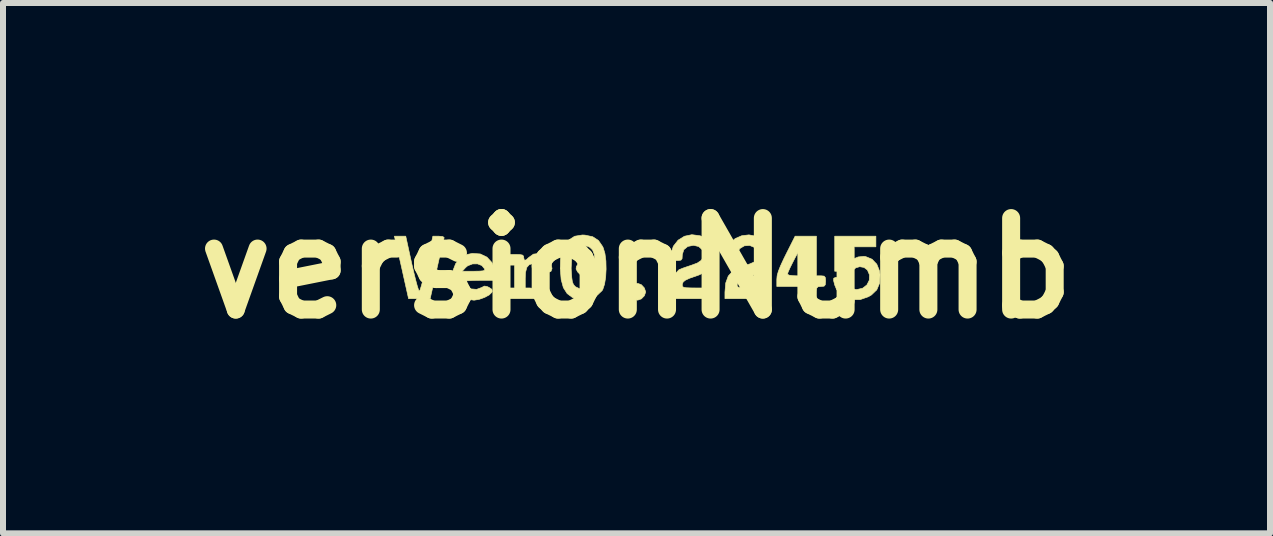
<source format=kicad_pcb>
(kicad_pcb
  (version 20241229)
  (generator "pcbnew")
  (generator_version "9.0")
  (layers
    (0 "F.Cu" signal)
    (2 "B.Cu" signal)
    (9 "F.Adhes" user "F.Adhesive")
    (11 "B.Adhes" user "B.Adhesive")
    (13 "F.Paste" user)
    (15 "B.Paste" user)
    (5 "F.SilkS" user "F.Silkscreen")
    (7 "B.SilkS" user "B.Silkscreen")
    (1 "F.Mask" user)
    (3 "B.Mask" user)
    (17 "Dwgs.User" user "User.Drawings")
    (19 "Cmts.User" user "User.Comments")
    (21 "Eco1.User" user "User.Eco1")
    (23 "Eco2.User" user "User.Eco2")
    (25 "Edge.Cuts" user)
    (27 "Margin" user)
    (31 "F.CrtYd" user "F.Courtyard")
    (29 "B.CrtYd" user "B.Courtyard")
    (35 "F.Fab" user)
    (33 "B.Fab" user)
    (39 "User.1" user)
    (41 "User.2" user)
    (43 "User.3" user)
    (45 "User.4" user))
  (footprint "versionNumb"
    (layer "F.Cu")
    (at 7.555 1.418)
    (property "Reference" "versionNumb" (at 0 0 0) (layer "F.SilkS") (effects (font (size 1.524 1.524) (thickness 0.3))))
    (attr through_hole)
    (fp_poly (pts (xy -0.806 -0.075) (xy -0.798 -0.064) (xy -0.771 -0.014) (xy -0.775 0.025) (xy -0.798 0.064) (xy -0.843 0.109) (xy -0.889 0.127) (xy -0.938 0.107) (xy -0.98 0.064) (xy -1.007 0.014) (xy -1.003 -0.025) (xy -0.98 -0.064) (xy -0.924 -0.116) (xy -0.863 -0.12) (xy -0.806 -0.075)) (stroke (width 0.01) (type solid)) (fill yes) (layer "F.SilkS"))
    (fp_poly (pts (xy 0.081 0.276) (xy 0.13 0.329) (xy 0.152 0.394) (xy 0.152 0.398) (xy 0.131 0.459) (xy 0.081 0.511) (xy 0.02 0.533) (xy 0.019 0.533) (xy -0.031 0.516) (xy -0.062 0.493) (xy -0.096 0.43) (xy -0.095 0.359) (xy -0.063 0.296) (xy -0.008 0.259) (xy 0.023 0.254) (xy 0.081 0.276)) (stroke (width 0.01) (type solid)) (fill yes) (layer "F.SilkS"))
    (fp_poly (pts (xy -3.227 -0.527) (xy -3.205 -0.509) (xy -3.207 -0.502) (xy -3.216 -0.468) (xy -3.234 -0.393) (xy -3.259 -0.284) (xy -3.29 -0.151) (xy -3.324 -0.000138) (xy -3.328 0.019) (xy -3.438 0.508) (xy -3.798 0.508) (xy -3.882 0.133) (xy -3.914 -0.012) (xy -3.946 -0.153) (xy -3.974 -0.276) (xy -3.995 -0.367) (xy -4 -0.387) (xy -4.034 -0.533) (xy -3.845 -0.533) (xy -3.745 -0.075) (xy -3.711 0.07) (xy -3.68 0.196) (xy -3.653 0.296) (xy -3.632 0.361) (xy -3.619 0.384) (xy -3.606 0.36) (xy -3.585 0.295) (xy -3.558 0.195) (xy -3.526 0.069) (xy -3.494 -0.075) (xy -3.393 -0.533) (xy -3.294 -0.533) (xy -3.227 -0.527)) (stroke (width 0.01) (type solid)) (fill yes) (layer "F.SilkS"))
    (fp_poly (pts (xy -1.535 -0.22) (xy -1.471 -0.177) (xy -1.433 -0.111) (xy -1.422 -0.074) (xy -1.408 0.008) (xy -1.426 0.054) (xy -1.482 0.073) (xy -1.53 0.076) (xy -1.584 0.066) (xy -1.6 0.03) (xy -1.622 -0.034) (xy -1.68 -0.071) (xy -1.718 -0.076) (xy -1.785 -0.061) (xy -1.828 -0.013) (xy -1.85 0.073) (xy -1.854 0.167) (xy -1.854 0.33) (xy -1.778 0.33) (xy -1.727 0.335) (xy -1.706 0.36) (xy -1.702 0.419) (xy -1.702 0.508) (xy -2.184 0.508) (xy -2.184 0.419) (xy -2.18 0.359) (xy -2.159 0.335) (xy -2.108 0.33) (xy -2.032 0.33) (xy -2.032 -0.051) (xy -2.108 -0.051) (xy -2.159 -0.056) (xy -2.18 -0.081) (xy -2.184 -0.14) (xy -2.184 -0.229) (xy -2.032 -0.229) (xy -1.947 -0.227) (xy -1.901 -0.219) (xy -1.882 -0.2) (xy -1.88 -0.178) (xy -1.87 -0.134) (xy -1.84 -0.137) (xy -1.797 -0.177) (xy -1.718 -0.234) (xy -1.622 -0.246) (xy -1.535 -0.22)) (stroke (width 0.01) (type solid)) (fill yes) (layer "F.SilkS"))
    (fp_poly (pts (xy 2.997 0.127) (xy 3.073 0.127) (xy 3.125 0.132) (xy 3.146 0.157) (xy 3.15 0.216) (xy 3.145 0.276) (xy 3.124 0.3) (xy 3.073 0.305) (xy 3.025 0.309) (xy 3.003 0.331) (xy 2.997 0.385) (xy 2.997 0.406) (xy 2.995 0.471) (xy 2.978 0.5) (xy 2.935 0.508) (xy 2.908 0.508) (xy 2.851 0.505) (xy 2.826 0.486) (xy 2.82 0.436) (xy 2.819 0.406) (xy 2.819 0.305) (xy 2.337 0.305) (xy 2.337 0.19) (xy 2.342 0.128) (xy 2.35 0.098) (xy 2.515 0.098) (xy 2.539 0.116) (xy 2.608 0.125) (xy 2.667 0.127) (xy 2.819 0.127) (xy 2.819 -0.152) (xy 2.818 -0.265) (xy 2.813 -0.355) (xy 2.806 -0.414) (xy 2.798 -0.432) (xy 2.779 -0.411) (xy 2.744 -0.355) (xy 2.698 -0.275) (xy 2.647 -0.183) (xy 2.598 -0.088) (xy 2.555 -0.002) (xy 2.526 0.064) (xy 2.515 0.098) (xy 2.35 0.098) (xy 2.362 0.055) (xy 2.398 -0.037) (xy 2.455 -0.16) (xy 2.489 -0.229) (xy 2.642 -0.533) (xy 2.997 -0.533) (xy 2.997 0.127)) (stroke (width 0.01) (type solid)) (fill yes) (layer "F.SilkS"))
    (fp_poly (pts (xy 3.988 -0.356) (xy 3.48 -0.356) (xy 3.48 -0.203) (xy 3.485 -0.108) (xy 3.501 -0.059) (xy 3.525 -0.058) (xy 3.554 -0.098) (xy 3.608 -0.152) (xy 3.692 -0.187) (xy 3.787 -0.197) (xy 3.818 -0.193) (xy 3.924 -0.149) (xy 4.003 -0.066) (xy 4.049 0.048) (xy 4.057 0.107) (xy 4.05 0.249) (xy 4.003 0.36) (xy 3.914 0.446) (xy 3.862 0.476) (xy 3.728 0.523) (xy 3.596 0.524) (xy 3.521 0.507) (xy 3.414 0.45) (xy 3.334 0.357) (xy 3.302 0.281) (xy 3.283 0.206) (xy 3.285 0.168) (xy 3.315 0.154) (xy 3.378 0.152) (xy 3.445 0.157) (xy 3.474 0.174) (xy 3.48 0.203) (xy 3.503 0.273) (xy 3.563 0.327) (xy 3.646 0.354) (xy 3.671 0.356) (xy 3.767 0.334) (xy 3.838 0.279) (xy 3.878 0.2) (xy 3.881 0.111) (xy 3.847 0.031) (xy 3.791 -0.012) (xy 3.719 -0.025) (xy 3.653 -0.006) (xy 3.632 0.013) (xy 3.584 0.039) (xy 3.491 0.05) (xy 3.451 0.051) (xy 3.302 0.051) (xy 3.302 -0.533) (xy 3.988 -0.533) (xy 3.988 -0.356)) (stroke (width 0.01) (type solid)) (fill yes) (layer "F.SilkS"))
    (fp_poly (pts (xy 1.058 -0.54) (xy 1.101 -0.524) (xy 1.206 -0.458) (xy 1.27 -0.364) (xy 1.295 -0.239) (xy 1.295 -0.214) (xy 1.282 -0.1) (xy 1.239 -0.011) (xy 1.159 0.058) (xy 1.036 0.115) (xy 0.996 0.129) (xy 0.886 0.167) (xy 0.816 0.199) (xy 0.778 0.229) (xy 0.763 0.264) (xy 0.762 0.283) (xy 0.766 0.304) (xy 0.784 0.318) (xy 0.826 0.326) (xy 0.899 0.329) (xy 1.013 0.33) (xy 1.029 0.33) (xy 1.295 0.33) (xy 1.295 0.508) (xy 0.584 0.508) (xy 0.584 0.354) (xy 0.598 0.209) (xy 0.639 0.099) (xy 0.704 0.029) (xy 0.713 0.024) (xy 0.768 0.001) (xy 0.849 -0.027) (xy 0.897 -0.043) (xy 1.012 -0.085) (xy 1.082 -0.133) (xy 1.114 -0.194) (xy 1.118 -0.229) (xy 1.095 -0.307) (xy 1.035 -0.361) (xy 0.95 -0.381) (xy 0.853 -0.362) (xy 0.788 -0.308) (xy 0.762 -0.225) (xy 0.762 -0.214) (xy 0.759 -0.159) (xy 0.74 -0.134) (xy 0.692 -0.127) (xy 0.657 -0.127) (xy 0.552 -0.127) (xy 0.569 -0.232) (xy 0.613 -0.365) (xy 0.692 -0.466) (xy 0.798 -0.532) (xy 0.922 -0.558) (xy 1.058 -0.54)) (stroke (width 0.01) (type solid)) (fill yes) (layer "F.SilkS"))
    (fp_poly (pts (xy -2.603 -0.237) (xy -2.492 -0.184) (xy -2.408 -0.092) (xy -2.356 0.033) (xy -2.346 0.083) (xy -2.33 0.203) (xy -2.613 0.203) (xy -2.726 0.205) (xy -2.817 0.21) (xy -2.877 0.217) (xy -2.896 0.224) (xy -2.879 0.255) (xy -2.838 0.299) (xy -2.837 0.3) (xy -2.757 0.345) (xy -2.664 0.353) (xy -2.58 0.322) (xy -2.577 0.32) (xy -2.535 0.298) (xy -2.491 0.305) (xy -2.457 0.321) (xy -2.41 0.352) (xy -2.403 0.385) (xy -2.412 0.404) (xy -2.455 0.446) (xy -2.531 0.487) (xy -2.62 0.519) (xy -2.703 0.533) (xy -2.712 0.533) (xy -2.782 0.522) (xy -2.86 0.493) (xy -2.868 0.489) (xy -2.97 0.416) (xy -3.033 0.317) (xy -3.064 0.188) (xy -3.06 0.051) (xy -2.904 0.051) (xy -2.71 0.051) (xy -2.612 0.049) (xy -2.555 0.044) (xy -2.531 0.032) (xy -2.531 0.012) (xy -2.531 0.012) (xy -2.577 -0.044) (xy -2.65 -0.072) (xy -2.733 -0.071) (xy -2.813 -0.04) (xy -2.845 -0.013) (xy -2.904 0.051) (xy -3.06 0.051) (xy -3.06 0.045) (xy -3.013 -0.076) (xy -2.93 -0.17) (xy -2.815 -0.23) (xy -2.735 -0.246) (xy -2.603 -0.237)) (stroke (width 0.01) (type solid)) (fill yes) (layer "F.SilkS"))
    (fp_poly (pts (xy 1.993 -0.532) (xy 2.105 -0.467) (xy 2.116 -0.457) (xy 2.16 -0.414) (xy 2.185 -0.372) (xy 2.195 -0.314) (xy 2.197 -0.223) (xy 2.197 -0.22) (xy 2.188 -0.102) (xy 2.156 -0.016) (xy 2.093 0.049) (xy 1.991 0.1) (xy 1.908 0.128) (xy 1.797 0.166) (xy 1.726 0.199) (xy 1.689 0.233) (xy 1.677 0.275) (xy 1.676 0.283) (xy 1.68 0.304) (xy 1.699 0.318) (xy 1.74 0.326) (xy 1.813 0.329) (xy 1.927 0.33) (xy 1.943 0.33) (xy 2.21 0.33) (xy 2.21 0.508) (xy 1.473 0.508) (xy 1.473 0.4) (xy 1.486 0.247) (xy 1.528 0.132) (xy 1.604 0.047) (xy 1.721 -0.015) (xy 1.801 -0.042) (xy 1.887 -0.071) (xy 1.958 -0.102) (xy 1.988 -0.121) (xy 2.026 -0.185) (xy 2.027 -0.26) (xy 1.993 -0.326) (xy 1.976 -0.341) (xy 1.885 -0.379) (xy 1.795 -0.372) (xy 1.72 -0.326) (xy 1.67 -0.246) (xy 1.662 -0.215) (xy 1.645 -0.156) (xy 1.615 -0.131) (xy 1.559 -0.127) (xy 1.5 -0.132) (xy 1.477 -0.155) (xy 1.473 -0.189) (xy 1.495 -0.314) (xy 1.556 -0.417) (xy 1.645 -0.494) (xy 1.754 -0.541) (xy 1.873 -0.555) (xy 1.993 -0.532)) (stroke (width 0.01) (type solid)) (fill yes) (layer "F.SilkS"))
    (fp_poly (pts (xy -0.859 -0.551) (xy -0.73 -0.524) (xy -0.635 -0.462) (xy -0.565 -0.361) (xy -0.554 -0.337) (xy -0.526 -0.242) (xy -0.51 -0.12) (xy -0.507 0.016) (xy -0.514 0.149) (xy -0.533 0.267) (xy -0.562 0.354) (xy -0.574 0.374) (xy -0.663 0.458) (xy -0.779 0.514) (xy -0.889 0.533) (xy -0.974 0.521) (xy -1.06 0.492) (xy -1.067 0.489) (xy -1.156 0.423) (xy -1.219 0.324) (xy -1.256 0.189) (xy -1.27 0.013) (xy -1.27 -0.001) (xy -1.089 -0.001) (xy -1.087 0.048) (xy -1.079 0.157) (xy -1.069 0.227) (xy -1.051 0.272) (xy -1.024 0.303) (xy -1.018 0.309) (xy -0.936 0.348) (xy -0.847 0.352) (xy -0.768 0.321) (xy -0.747 0.302) (xy -0.722 0.265) (xy -0.706 0.21) (xy -0.696 0.127) (xy -0.691 0.016) (xy -0.692 -0.13) (xy -0.705 -0.234) (xy -0.733 -0.304) (xy -0.779 -0.348) (xy -0.816 -0.365) (xy -0.916 -0.382) (xy -0.994 -0.353) (xy -1.049 -0.279) (xy -1.081 -0.162) (xy -1.089 -0.001) (xy -1.27 -0.001) (xy -1.27 -0.013) (xy -1.267 -0.137) (xy -1.258 -0.226) (xy -1.239 -0.297) (xy -1.213 -0.357) (xy -1.134 -0.466) (xy -1.031 -0.532) (xy -0.902 -0.553) (xy -0.859 -0.551)) (stroke (width 0.01) (type solid)) (fill yes) (layer "F.SilkS")))
  (gr_rect
    (start -3 -3)
    (end 18.109 5.836)
    (stroke (width 0.1) (type default))
    (fill no)
    (layer "Edge.Cuts")))
</source>
